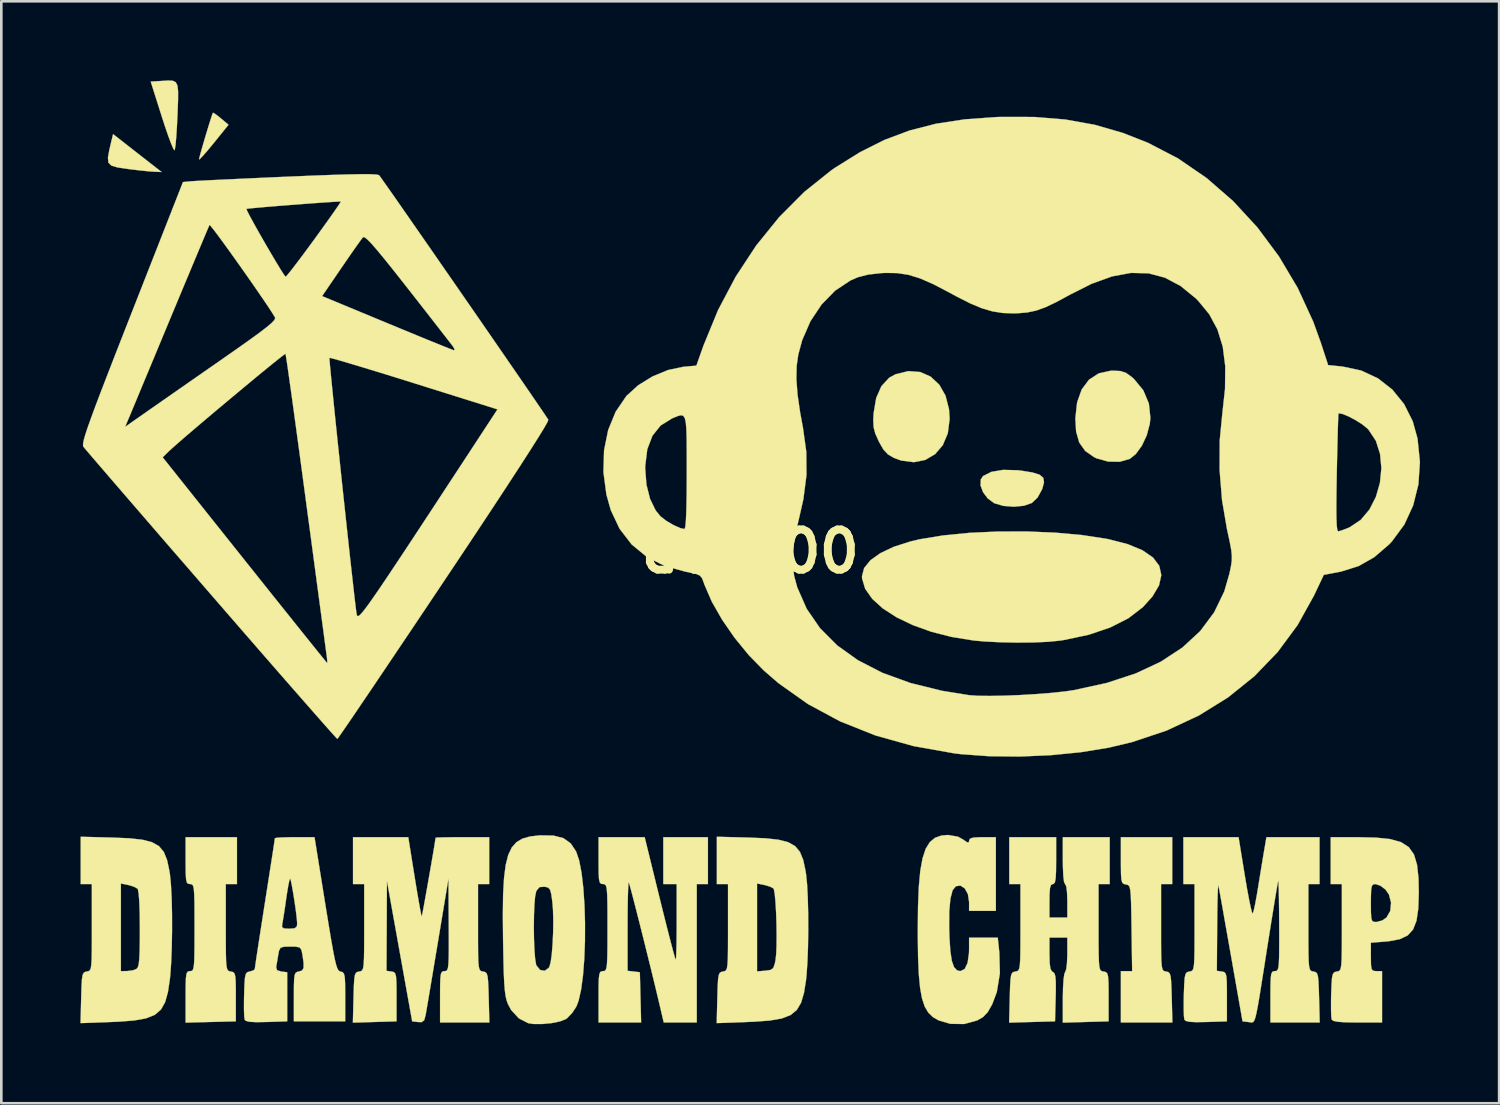
<source format=kicad_pcb>
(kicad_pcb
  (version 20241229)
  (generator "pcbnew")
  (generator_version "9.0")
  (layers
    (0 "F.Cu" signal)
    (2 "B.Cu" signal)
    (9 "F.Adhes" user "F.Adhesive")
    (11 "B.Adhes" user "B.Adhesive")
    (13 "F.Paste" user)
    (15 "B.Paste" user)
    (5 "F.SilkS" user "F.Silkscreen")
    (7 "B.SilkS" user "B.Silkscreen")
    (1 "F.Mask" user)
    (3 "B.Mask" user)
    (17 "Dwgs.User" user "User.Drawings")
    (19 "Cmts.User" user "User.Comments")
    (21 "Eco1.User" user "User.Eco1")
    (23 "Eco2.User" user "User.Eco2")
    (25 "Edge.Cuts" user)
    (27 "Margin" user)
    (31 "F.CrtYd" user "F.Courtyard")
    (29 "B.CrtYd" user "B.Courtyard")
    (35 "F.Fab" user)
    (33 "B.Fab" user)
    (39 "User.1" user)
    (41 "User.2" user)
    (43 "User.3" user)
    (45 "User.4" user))
  (footprint "dc_600"
    (layer "F.Cu")
    (at 25.411 17.868)
    (property "Reference" "dc_600" (at 0 0 0) (layer "F.SilkS") (effects (font (size 1.524 1.524) (thickness 0.3))))
    (attr through_hole)
    (fp_poly (pts (xy -23.664 -15.434) (xy -23.341 -15.181) (xy -23 -14.915) (xy -22.743 -14.715) (xy -22.33 -14.393) (xy -22.616 -14.405) (xy -22.835 -14.421) (xy -23.16 -14.455) (xy -23.53 -14.499) (xy -23.622 -14.511) (xy -24.001 -14.567) (xy -24.235 -14.636) (xy -24.349 -14.749) (xy -24.367 -14.94) (xy -24.312 -15.24) (xy -24.278 -15.388) (xy -24.172 -15.831) (xy -23.664 -15.434)) (stroke (width 0.01) (type solid)) (fill yes) (layer "F.SilkS"))
    (fp_poly (pts (xy -20.313 -16.606) (xy -20.159 -16.491) (xy -20.078 -16.424) (xy -19.794 -16.186) (xy -20.353 -15.493) (xy -20.581 -15.217) (xy -20.764 -15.007) (xy -20.881 -14.887) (xy -20.912 -14.872) (xy -20.889 -14.975) (xy -20.829 -15.195) (xy -20.744 -15.49) (xy -20.647 -15.819) (xy -20.55 -16.139) (xy -20.465 -16.411) (xy -20.405 -16.592) (xy -20.383 -16.643) (xy -20.313 -16.606)) (stroke (width 0.01) (type solid)) (fill yes) (layer "F.SilkS"))
    (fp_poly (pts (xy -21.909 -17.855) (xy -21.796 -17.801) (xy -21.732 -17.678) (xy -21.706 -17.462) (xy -21.707 -17.129) (xy -21.725 -16.656) (xy -21.73 -16.535) (xy -21.752 -16.09) (xy -21.777 -15.705) (xy -21.804 -15.413) (xy -21.83 -15.244) (xy -21.84 -15.217) (xy -21.883 -15.271) (xy -21.966 -15.462) (xy -22.08 -15.765) (xy -22.214 -16.156) (xy -22.321 -16.487) (xy -22.744 -17.822) (xy -22.325 -17.848) (xy -22.082 -17.863) (xy -21.909 -17.855)) (stroke (width 0.01) (type solid)) (fill yes) (layer "F.SilkS"))
    (fp_poly (pts (xy 10.132 -3.082) (xy 10.287 -3.064) (xy 10.705 -2.996) (xy 10.973 -2.912) (xy 11.111 -2.794) (xy 11.139 -2.625) (xy 11.076 -2.387) (xy 11.062 -2.351) (xy 10.893 -2.044) (xy 10.676 -1.839) (xy 10.379 -1.735) (xy 9.997 -1.698) (xy 9.601 -1.729) (xy 9.265 -1.826) (xy 9.245 -1.835) (xy 9.003 -2.013) (xy 8.826 -2.251) (xy 8.732 -2.505) (xy 8.741 -2.732) (xy 8.826 -2.86) (xy 9.144 -3.02) (xy 9.587 -3.095) (xy 10.132 -3.082)) (stroke (width 0.01) (type solid)) (fill yes) (layer "F.SilkS"))
    (fp_poly (pts (xy 6.444 -6.807) (xy 6.841 -6.631) (xy 7.165 -6.328) (xy 7.403 -5.912) (xy 7.536 -5.394) (xy 7.559 -5.024) (xy 7.49 -4.482) (xy 7.3 -4.033) (xy 7.008 -3.692) (xy 6.635 -3.473) (xy 6.198 -3.387) (xy 5.718 -3.45) (xy 5.45 -3.549) (xy 5.221 -3.681) (xy 5.048 -3.866) (xy 4.882 -4.156) (xy 4.868 -4.185) (xy 4.739 -4.473) (xy 4.676 -4.713) (xy 4.662 -4.984) (xy 4.676 -5.246) (xy 4.773 -5.82) (xy 4.971 -6.27) (xy 5.265 -6.589) (xy 5.503 -6.721) (xy 5.993 -6.841) (xy 6.444 -6.807)) (stroke (width 0.01) (type solid)) (fill yes) (layer "F.SilkS"))
    (fp_poly (pts (xy 14.039 -6.844) (xy 14.242 -6.779) (xy 14.447 -6.634) (xy 14.554 -6.54) (xy 14.906 -6.113) (xy 15.117 -5.61) (xy 15.174 -5.064) (xy 15.151 -4.84) (xy 15.037 -4.41) (xy 14.851 -4.012) (xy 14.619 -3.694) (xy 14.394 -3.514) (xy 14.013 -3.403) (xy 13.573 -3.41) (xy 13.133 -3.533) (xy 13.04 -3.577) (xy 12.701 -3.814) (xy 12.476 -4.132) (xy 12.356 -4.553) (xy 12.328 -5.051) (xy 12.394 -5.653) (xy 12.568 -6.144) (xy 12.843 -6.514) (xy 13.212 -6.755) (xy 13.667 -6.855) (xy 13.76 -6.858) (xy 14.039 -6.844)) (stroke (width 0.01) (type solid)) (fill yes) (layer "F.SilkS"))
    (fp_poly (pts (xy 16.002 12.615) (xy 15.579 12.615) (xy 15.579 14.26) (xy 15.579 14.826) (xy 15.582 15.245) (xy 15.59 15.539) (xy 15.606 15.732) (xy 15.633 15.846) (xy 15.672 15.903) (xy 15.727 15.926) (xy 15.769 15.933) (xy 15.852 15.953) (xy 15.907 16.005) (xy 15.942 16.12) (xy 15.963 16.327) (xy 15.977 16.657) (xy 15.984 16.912) (xy 16.008 17.865) (xy 14.055 17.865) (xy 14.055 15.917) (xy 14.482 15.917) (xy 14.459 14.287) (xy 14.45 13.725) (xy 14.441 13.309) (xy 14.428 13.017) (xy 14.409 12.827) (xy 14.38 12.715) (xy 14.339 12.659) (xy 14.283 12.637) (xy 14.245 12.631) (xy 14.16 12.61) (xy 14.105 12.557) (xy 14.073 12.441) (xy 14.059 12.229) (xy 14.055 11.891) (xy 14.055 11.72) (xy 14.055 10.837) (xy 16.002 10.837) (xy 16.002 12.615)) (stroke (width 0.01) (type solid)) (fill yes) (layer "F.SilkS"))
    (fp_poly (pts (xy 11.57 -0.714) (xy 12.593 -0.621) (xy 13.509 -0.481) (xy 13.597 -0.463) (xy 14.314 -0.278) (xy 14.873 -0.046) (xy 15.273 0.229) (xy 15.511 0.544) (xy 15.588 0.898) (xy 15.501 1.287) (xy 15.25 1.71) (xy 14.888 2.111) (xy 14.341 2.532) (xy 13.65 2.883) (xy 12.826 3.161) (xy 11.882 3.36) (xy 11.726 3.383) (xy 11.292 3.426) (xy 10.741 3.45) (xy 10.126 3.456) (xy 9.496 3.444) (xy 8.905 3.415) (xy 8.467 3.376) (xy 7.639 3.242) (xy 6.865 3.045) (xy 6.16 2.792) (xy 5.54 2.493) (xy 5.022 2.158) (xy 4.622 1.795) (xy 4.355 1.414) (xy 4.238 1.025) (xy 4.234 0.939) (xy 4.316 0.629) (xy 4.554 0.333) (xy 4.935 0.061) (xy 5.447 -0.18) (xy 6.076 -0.381) (xy 6.428 -0.464) (xy 7.311 -0.609) (xy 8.311 -0.707) (xy 9.385 -0.757) (xy 10.486 -0.759) (xy 11.57 -0.714)) (stroke (width 0.01) (type solid)) (fill yes) (layer "F.SilkS"))
    (fp_poly (pts (xy -19.473 12.615) (xy -19.897 12.615) (xy -19.897 14.26) (xy -19.896 14.826) (xy -19.893 15.245) (xy -19.885 15.539) (xy -19.869 15.732) (xy -19.843 15.846) (xy -19.803 15.903) (xy -19.749 15.926) (xy -19.706 15.933) (xy -19.623 15.952) (xy -19.568 16.003) (xy -19.536 16.116) (xy -19.521 16.32) (xy -19.516 16.646) (xy -19.516 16.891) (xy -19.516 17.822) (xy -20.468 17.846) (xy -21.421 17.87) (xy -21.421 16.894) (xy -21.419 16.475) (xy -21.41 16.196) (xy -21.39 16.03) (xy -21.352 15.947) (xy -21.293 15.92) (xy -21.251 15.917) (xy -21.193 15.911) (xy -21.15 15.875) (xy -21.12 15.79) (xy -21.1 15.632) (xy -21.089 15.379) (xy -21.084 15.01) (xy -21.082 14.502) (xy -21.082 14.266) (xy -21.083 13.699) (xy -21.086 13.28) (xy -21.095 12.985) (xy -21.111 12.793) (xy -21.137 12.683) (xy -21.175 12.631) (xy -21.227 12.616) (xy -21.251 12.615) (xy -21.327 12.604) (xy -21.376 12.551) (xy -21.404 12.425) (xy -21.417 12.197) (xy -21.421 11.838) (xy -21.421 11.726) (xy -21.421 10.837) (xy -19.473 10.837) (xy -19.473 12.615)) (stroke (width 0.01) (type solid)) (fill yes) (layer "F.SilkS"))
    (fp_poly (pts (xy 7.876 10.818) (xy 8.074 10.928) (xy 8.226 11.034) (xy 8.288 11.031) (xy 8.297 10.97) (xy 8.332 10.894) (xy 8.457 10.853) (xy 8.707 10.838) (xy 8.805 10.837) (xy 9.313 10.837) (xy 9.313 13.631) (xy 8.297 13.631) (xy 8.297 13.293) (xy 8.252 12.996) (xy 8.133 12.779) (xy 7.967 12.672) (xy 7.794 12.698) (xy 7.671 12.852) (xy 7.589 13.166) (xy 7.545 13.639) (xy 7.541 14.275) (xy 7.552 14.633) (xy 7.586 15.155) (xy 7.642 15.527) (xy 7.726 15.766) (xy 7.843 15.889) (xy 7.964 15.917) (xy 8.129 15.838) (xy 8.24 15.607) (xy 8.293 15.234) (xy 8.297 15.065) (xy 8.297 14.647) (xy 9.385 14.647) (xy 9.444 15.206) (xy 9.465 16.003) (xy 9.349 16.711) (xy 9.174 17.175) (xy 9.005 17.472) (xy 8.825 17.661) (xy 8.604 17.787) (xy 8.108 17.924) (xy 7.585 17.916) (xy 7.139 17.785) (xy 6.925 17.661) (xy 6.752 17.494) (xy 6.616 17.265) (xy 6.513 16.957) (xy 6.439 16.553) (xy 6.39 16.037) (xy 6.362 15.39) (xy 6.351 14.596) (xy 6.351 14.367) (xy 6.36 13.464) (xy 6.39 12.716) (xy 6.446 12.111) (xy 6.532 11.636) (xy 6.651 11.277) (xy 6.808 11.023) (xy 7.007 10.859) (xy 7.252 10.774) (xy 7.5 10.753) (xy 7.876 10.818)) (stroke (width 0.01) (type solid)) (fill yes) (layer "F.SilkS"))
    (fp_poly (pts (xy -24.194 10.852) (xy -23.554 10.879) (xy -23.062 10.933) (xy -22.695 11.027) (xy -22.431 11.177) (xy -22.248 11.396) (xy -22.125 11.698) (xy -22.039 12.098) (xy -22.015 12.251) (xy -21.977 12.64) (xy -21.95 13.154) (xy -21.936 13.751) (xy -21.935 14.387) (xy -21.946 15.019) (xy -21.969 15.604) (xy -22.005 16.098) (xy -22.017 16.211) (xy -22.09 16.708) (xy -22.196 17.091) (xy -22.355 17.375) (xy -22.589 17.575) (xy -22.92 17.708) (xy -23.368 17.789) (xy -23.955 17.835) (xy -24.228 17.846) (xy -25.406 17.889) (xy -25.382 16.924) (xy -25.37 16.508) (xy -25.354 16.232) (xy -25.328 16.065) (xy -25.286 15.979) (xy -25.221 15.943) (xy -25.167 15.933) (xy -25.102 15.919) (xy -25.099 15.917) (xy -23.876 15.917) (xy -23.643 15.916) (xy -23.421 15.887) (xy -23.283 15.834) (xy -23.236 15.777) (xy -23.201 15.66) (xy -23.178 15.46) (xy -23.164 15.154) (xy -23.157 14.718) (xy -23.156 14.316) (xy -23.161 13.765) (xy -23.176 13.319) (xy -23.199 12.997) (xy -23.23 12.818) (xy -23.244 12.79) (xy -23.384 12.714) (xy -23.599 12.65) (xy -23.603 12.649) (xy -23.876 12.594) (xy -23.876 15.917) (xy -25.099 15.917) (xy -25.053 15.886) (xy -25.019 15.81) (xy -24.997 15.669) (xy -24.984 15.44) (xy -24.979 15.101) (xy -24.977 14.629) (xy -24.977 14.26) (xy -24.977 12.615) (xy -25.4 12.615) (xy -25.4 10.821) (xy -24.194 10.852)) (stroke (width 0.01) (type solid)) (fill yes) (layer "F.SilkS"))
    (fp_poly (pts (xy -0.064 10.852) (xy 0.576 10.879) (xy 1.068 10.933) (xy 1.435 11.027) (xy 1.699 11.177) (xy 1.882 11.396) (xy 2.005 11.698) (xy 2.091 12.098) (xy 2.115 12.251) (xy 2.153 12.635) (xy 2.179 13.145) (xy 2.194 13.738) (xy 2.196 14.369) (xy 2.187 14.997) (xy 2.165 15.577) (xy 2.132 16.066) (xy 2.112 16.258) (xy 2.035 16.742) (xy 1.925 17.115) (xy 1.762 17.39) (xy 1.524 17.585) (xy 1.189 17.714) (xy 0.736 17.792) (xy 0.143 17.836) (xy -0.098 17.846) (xy -1.276 17.889) (xy -1.252 16.924) (xy -1.24 16.508) (xy -1.224 16.232) (xy -1.198 16.065) (xy -1.156 15.979) (xy -1.091 15.943) (xy -1.037 15.933) (xy -1.012 15.928) (xy 0.254 15.928) (xy 0.57 15.901) (xy 0.765 15.873) (xy 0.87 15.8) (xy 0.928 15.633) (xy 0.956 15.494) (xy 0.981 15.264) (xy 0.994 14.931) (xy 0.997 14.533) (xy 0.991 14.104) (xy 0.976 13.682) (xy 0.954 13.303) (xy 0.926 13.002) (xy 0.893 12.817) (xy 0.876 12.78) (xy 0.744 12.711) (xy 0.533 12.65) (xy 0.527 12.649) (xy 0.254 12.594) (xy 0.254 15.928) (xy -1.012 15.928) (xy -0.972 15.919) (xy -0.923 15.886) (xy -0.889 15.81) (xy -0.867 15.669) (xy -0.854 15.44) (xy -0.849 15.101) (xy -0.847 14.629) (xy -0.847 14.26) (xy -0.847 12.615) (xy -1.27 12.615) (xy -1.27 10.821) (xy -0.064 10.852)) (stroke (width 0.01) (type solid)) (fill yes) (layer "F.SilkS"))
    (fp_poly (pts (xy 23.05 10.838) (xy 23.739 10.854) (xy 24.278 10.911) (xy 24.684 11.026) (xy 24.976 11.215) (xy 25.172 11.494) (xy 25.288 11.88) (xy 25.344 12.388) (xy 25.355 12.954) (xy 25.335 13.554) (xy 25.267 14.009) (xy 25.137 14.339) (xy 24.932 14.564) (xy 24.637 14.705) (xy 24.239 14.781) (xy 24.098 14.795) (xy 23.537 14.84) (xy 23.537 15.379) (xy 23.541 15.671) (xy 23.563 15.832) (xy 23.618 15.901) (xy 23.721 15.917) (xy 23.749 15.917) (xy 23.961 15.917) (xy 23.961 17.865) (xy 23.027 17.865) (xy 22.583 17.859) (xy 22.287 17.84) (xy 22.117 17.805) (xy 22.05 17.753) (xy 22.034 17.624) (xy 22.026 17.369) (xy 22.026 17.03) (xy 22.031 16.8) (xy 22.045 16.417) (xy 22.063 16.17) (xy 22.095 16.029) (xy 22.147 15.961) (xy 22.228 15.935) (xy 22.246 15.933) (xy 22.312 15.919) (xy 22.36 15.886) (xy 22.394 15.81) (xy 22.416 15.669) (xy 22.429 15.44) (xy 22.435 15.101) (xy 22.437 14.629) (xy 22.437 14.26) (xy 22.437 13.335) (xy 23.537 13.335) (xy 23.539 13.683) (xy 23.552 13.896) (xy 23.584 14.007) (xy 23.647 14.048) (xy 23.749 14.055) (xy 23.968 13.996) (xy 24.13 13.885) (xy 24.272 13.634) (xy 24.303 13.323) (xy 24.224 13.015) (xy 24.092 12.823) (xy 23.901 12.68) (xy 23.72 12.616) (xy 23.711 12.615) (xy 23.626 12.628) (xy 23.575 12.688) (xy 23.548 12.828) (xy 23.539 13.082) (xy 23.537 13.335) (xy 22.437 13.335) (xy 22.437 12.615) (xy 22.013 12.615) (xy 22.013 10.837) (xy 23.05 10.838)) (stroke (width 0.01) (type solid)) (fill yes) (layer "F.SilkS"))
    (fp_poly (pts (xy -7.466 10.776) (xy -7.09 10.874) (xy -6.812 11.073) (xy -6.607 11.382) (xy -6.494 11.717) (xy -6.403 12.185) (xy -6.336 12.757) (xy -6.292 13.401) (xy -6.271 14.086) (xy -6.273 14.781) (xy -6.299 15.455) (xy -6.347 16.077) (xy -6.419 16.615) (xy -6.514 17.04) (xy -6.599 17.262) (xy -6.761 17.507) (xy -6.953 17.706) (xy -6.994 17.736) (xy -7.215 17.823) (xy -7.539 17.889) (xy -7.9 17.924) (xy -8.232 17.922) (xy -8.424 17.892) (xy -8.781 17.709) (xy -9.071 17.395) (xy -9.194 17.167) (xy -9.243 17.032) (xy -9.282 16.868) (xy -9.312 16.652) (xy -9.335 16.363) (xy -9.353 15.977) (xy -9.366 15.471) (xy -9.378 14.823) (xy -9.38 14.685) (xy -9.384 14.256) (xy -8.212 14.256) (xy -8.206 14.703) (xy -8.19 15.114) (xy -8.163 15.448) (xy -8.127 15.665) (xy -8.114 15.702) (xy -7.973 15.874) (xy -7.801 15.905) (xy -7.646 15.791) (xy -7.622 15.753) (xy -7.573 15.575) (xy -7.531 15.269) (xy -7.5 14.877) (xy -7.48 14.438) (xy -7.475 13.995) (xy -7.486 13.589) (xy -7.51 13.293) (xy -7.551 12.996) (xy -7.598 12.828) (xy -7.669 12.749) (xy -7.788 12.718) (xy -7.81 12.716) (xy -7.999 12.731) (xy -8.108 12.864) (xy -8.128 12.912) (xy -8.165 13.101) (xy -8.192 13.415) (xy -8.207 13.813) (xy -8.212 14.256) (xy -9.384 14.256) (xy -9.388 13.77) (xy -9.378 13.01) (xy -9.343 12.389) (xy -9.281 11.895) (xy -9.184 11.512) (xy -9.049 11.227) (xy -8.869 11.024) (xy -8.64 10.89) (xy -8.357 10.81) (xy -8.013 10.77) (xy -7.966 10.767) (xy -7.466 10.776)) (stroke (width 0.01) (type solid)) (fill yes) (layer "F.SilkS"))
    (fp_poly (pts (xy -3.436 13.166) (xy -3.287 13.766) (xy -3.151 14.308) (xy -3.031 14.773) (xy -2.935 15.139) (xy -2.866 15.385) (xy -2.831 15.491) (xy -2.829 15.494) (xy -2.817 15.414) (xy -2.808 15.192) (xy -2.8 14.856) (xy -2.795 14.433) (xy -2.794 14.055) (xy -2.794 12.615) (xy -3.302 12.615) (xy -3.302 10.837) (xy -1.609 10.837) (xy -1.609 12.615) (xy -2.032 12.615) (xy -2.032 17.865) (xy -3.285 17.865) (xy -3.389 17.42) (xy -3.496 16.966) (xy -3.621 16.445) (xy -3.759 15.878) (xy -3.904 15.291) (xy -4.049 14.706) (xy -4.19 14.146) (xy -4.32 13.635) (xy -4.433 13.196) (xy -4.523 12.853) (xy -4.585 12.629) (xy -4.612 12.547) (xy -4.626 12.613) (xy -4.637 12.825) (xy -4.647 13.157) (xy -4.654 13.585) (xy -4.657 14.085) (xy -4.657 14.204) (xy -4.657 15.906) (xy -4.424 15.933) (xy -4.191 15.96) (xy -4.167 16.912) (xy -4.143 17.865) (xy -5.757 17.865) (xy -5.757 16.891) (xy -5.756 16.473) (xy -5.747 16.195) (xy -5.726 16.029) (xy -5.689 15.947) (xy -5.629 15.92) (xy -5.588 15.917) (xy -5.53 15.911) (xy -5.487 15.875) (xy -5.457 15.79) (xy -5.437 15.632) (xy -5.426 15.379) (xy -5.42 15.01) (xy -5.419 14.502) (xy -5.419 14.266) (xy -5.419 13.699) (xy -5.423 13.28) (xy -5.432 12.985) (xy -5.448 12.793) (xy -5.474 12.683) (xy -5.512 12.631) (xy -5.564 12.616) (xy -5.588 12.615) (xy -5.664 12.604) (xy -5.713 12.551) (xy -5.741 12.425) (xy -5.754 12.197) (xy -5.757 11.838) (xy -5.757 11.726) (xy -5.757 10.837) (xy -4.008 10.837) (xy -3.436 13.166)) (stroke (width 0.01) (type solid)) (fill yes) (layer "F.SilkS"))
    (fp_poly (pts (xy 11.599 11.726) (xy 11.595 12.132) (xy 11.581 12.396) (xy 11.553 12.546) (xy 11.506 12.608) (xy 11.472 12.615) (xy 11.405 12.649) (xy 11.366 12.769) (xy 11.348 13.007) (xy 11.345 13.25) (xy 11.345 13.885) (xy 12.023 13.885) (xy 12.023 13.25) (xy 12.012 12.93) (xy 11.984 12.707) (xy 11.942 12.616) (xy 11.938 12.615) (xy 11.899 12.535) (xy 11.871 12.308) (xy 11.856 11.958) (xy 11.853 11.726) (xy 11.853 10.837) (xy 13.631 10.837) (xy 13.631 12.615) (xy 13.208 12.615) (xy 13.208 14.26) (xy 13.208 14.826) (xy 13.212 15.245) (xy 13.22 15.539) (xy 13.236 15.732) (xy 13.262 15.846) (xy 13.301 15.903) (xy 13.356 15.926) (xy 13.399 15.933) (xy 13.482 15.952) (xy 13.536 16.003) (xy 13.568 16.116) (xy 13.584 16.32) (xy 13.589 16.646) (xy 13.589 16.891) (xy 13.589 17.822) (xy 12.721 17.846) (xy 11.853 17.871) (xy 11.853 16.941) (xy 11.861 16.545) (xy 11.881 16.227) (xy 11.911 16.021) (xy 11.938 15.96) (xy 11.979 15.855) (xy 12.009 15.628) (xy 12.022 15.324) (xy 12.023 15.277) (xy 12.023 14.647) (xy 11.345 14.647) (xy 11.345 15.273) (xy 11.354 15.617) (xy 11.383 15.825) (xy 11.44 15.928) (xy 11.475 15.949) (xy 11.533 15.998) (xy 11.569 16.112) (xy 11.586 16.319) (xy 11.587 16.648) (xy 11.581 16.911) (xy 11.557 17.822) (xy 10.686 17.846) (xy 9.816 17.871) (xy 9.84 16.915) (xy 9.852 16.502) (xy 9.868 16.227) (xy 9.894 16.063) (xy 9.936 15.978) (xy 10.002 15.942) (xy 10.054 15.933) (xy 10.12 15.919) (xy 10.168 15.886) (xy 10.202 15.81) (xy 10.224 15.669) (xy 10.237 15.44) (xy 10.243 15.101) (xy 10.245 14.629) (xy 10.245 14.26) (xy 10.245 12.615) (xy 9.821 12.615) (xy 9.821 10.837) (xy 11.599 10.837) (xy 11.599 11.726)) (stroke (width 0.01) (type solid)) (fill yes) (layer "F.SilkS"))
    (fp_poly (pts (xy -12.732 12.354) (xy -12.653 12.835) (xy -12.582 13.251) (xy -12.524 13.575) (xy -12.483 13.782) (xy -12.464 13.846) (xy -12.445 13.763) (xy -12.403 13.545) (xy -12.345 13.225) (xy -12.275 12.835) (xy -12.2 12.409) (xy -12.124 11.978) (xy -12.055 11.576) (xy -11.997 11.234) (xy -11.957 10.985) (xy -11.939 10.862) (xy -11.939 10.858) (xy -11.859 10.85) (xy -11.643 10.844) (xy -11.323 10.839) (xy -10.932 10.837) (xy -10.922 10.837) (xy -9.906 10.837) (xy -9.906 12.615) (xy -10.329 12.615) (xy -10.329 14.26) (xy -10.329 14.826) (xy -10.326 15.245) (xy -10.318 15.539) (xy -10.302 15.732) (xy -10.275 15.846) (xy -10.236 15.903) (xy -10.181 15.926) (xy -10.139 15.933) (xy -10.056 15.953) (xy -10.001 16.005) (xy -9.966 16.12) (xy -9.945 16.327) (xy -9.931 16.657) (xy -9.924 16.912) (xy -9.9 17.865) (xy -11.769 17.865) (xy -11.769 16.891) (xy -11.767 16.473) (xy -11.758 16.195) (xy -11.738 16.029) (xy -11.7 15.947) (xy -11.641 15.92) (xy -11.599 15.917) (xy -11.543 15.911) (xy -11.501 15.878) (xy -11.471 15.796) (xy -11.452 15.645) (xy -11.441 15.403) (xy -11.437 15.048) (xy -11.438 14.559) (xy -11.44 14.161) (xy -11.45 12.404) (xy -11.858 14.859) (xy -11.965 15.497) (xy -12.064 16.093) (xy -12.153 16.622) (xy -12.227 17.062) (xy -12.283 17.387) (xy -12.315 17.574) (xy -12.319 17.595) (xy -12.373 17.785) (xy -12.47 17.852) (xy -12.599 17.849) (xy -12.827 17.822) (xy -13.785 12.488) (xy -13.793 14.197) (xy -13.801 15.906) (xy -13.61 15.933) (xy -13.527 15.952) (xy -13.472 16.003) (xy -13.44 16.116) (xy -13.425 16.32) (xy -13.42 16.646) (xy -13.42 16.891) (xy -13.42 17.822) (xy -15.076 17.871) (xy -15.052 16.915) (xy -15.04 16.502) (xy -15.024 16.227) (xy -14.998 16.063) (xy -14.956 15.978) (xy -14.89 15.942) (xy -14.838 15.933) (xy -14.772 15.919) (xy -14.724 15.886) (xy -14.69 15.81) (xy -14.668 15.669) (xy -14.655 15.44) (xy -14.649 15.101) (xy -14.647 14.629) (xy -14.647 14.26) (xy -14.647 12.615) (xy -15.071 12.615) (xy -15.071 10.837) (xy -12.975 10.837) (xy -12.732 12.354)) (stroke (width 0.01) (type solid)) (fill yes) (layer "F.SilkS"))
    (fp_poly (pts (xy -16.123 13.374) (xy -16.006 14.094) (xy -15.911 14.665) (xy -15.834 15.103) (xy -15.771 15.427) (xy -15.718 15.653) (xy -15.671 15.8) (xy -15.626 15.884) (xy -15.579 15.924) (xy -15.541 15.935) (xy -15.465 15.957) (xy -15.415 16.016) (xy -15.385 16.142) (xy -15.371 16.367) (xy -15.367 16.719) (xy -15.367 16.891) (xy -15.367 17.822) (xy -17.314 17.822) (xy -17.314 16.891) (xy -17.313 16.484) (xy -17.304 16.215) (xy -17.282 16.056) (xy -17.24 15.975) (xy -17.174 15.941) (xy -17.124 15.933) (xy -17.004 15.894) (xy -16.947 15.799) (xy -16.945 15.61) (xy -16.988 15.303) (xy -17.027 15.113) (xy -17.096 15.02) (xy -17.244 14.989) (xy -17.449 14.986) (xy -17.694 14.992) (xy -17.821 15.033) (xy -17.879 15.145) (xy -17.908 15.303) (xy -17.949 15.553) (xy -17.984 15.746) (xy -17.987 15.764) (xy -17.953 15.883) (xy -17.792 15.934) (xy -17.568 15.96) (xy -17.568 17.822) (xy -18.353 17.847) (xy -18.747 17.853) (xy -18.999 17.839) (xy -19.137 17.803) (xy -19.182 17.756) (xy -19.198 17.626) (xy -19.207 17.369) (xy -19.206 17.029) (xy -19.201 16.8) (xy -19.188 16.417) (xy -19.17 16.17) (xy -19.138 16.029) (xy -19.086 15.961) (xy -19.004 15.935) (xy -18.986 15.933) (xy -18.838 15.885) (xy -18.796 15.835) (xy -18.783 15.737) (xy -18.748 15.493) (xy -18.692 15.124) (xy -18.62 14.653) (xy -18.556 14.245) (xy -17.764 14.245) (xy -17.687 14.298) (xy -17.493 14.309) (xy -17.287 14.293) (xy -17.203 14.226) (xy -17.189 14.118) (xy -17.202 13.936) (xy -17.235 13.659) (xy -17.281 13.332) (xy -17.333 12.998) (xy -17.384 12.703) (xy -17.427 12.49) (xy -17.454 12.405) (xy -17.482 12.465) (xy -17.524 12.658) (xy -17.573 12.951) (xy -17.602 13.146) (xy -17.654 13.514) (xy -17.704 13.835) (xy -17.742 14.061) (xy -17.754 14.118) (xy -17.764 14.245) (xy -18.556 14.245) (xy -18.534 14.102) (xy -18.439 13.491) (xy -18.415 13.34) (xy -18.318 12.72) (xy -18.23 12.156) (xy -18.154 11.669) (xy -18.094 11.28) (xy -18.053 11.011) (xy -18.035 10.883) (xy -18.034 10.876) (xy -17.956 10.859) (xy -17.746 10.846) (xy -17.443 10.838) (xy -17.283 10.837) (xy -16.531 10.837) (xy -16.123 13.374)) (stroke (width 0.01) (type solid)) (fill yes) (layer "F.SilkS"))
    (fp_poly (pts (xy 18.76 12.319) (xy 18.84 12.79) (xy 18.915 13.193) (xy 18.979 13.501) (xy 19.028 13.69) (xy 19.055 13.737) (xy 19.09 13.632) (xy 19.143 13.397) (xy 19.204 13.07) (xy 19.252 12.785) (xy 19.323 12.344) (xy 19.396 11.9) (xy 19.459 11.519) (xy 19.485 11.367) (xy 19.575 10.837) (xy 21.59 10.837) (xy 21.59 12.615) (xy 21.167 12.615) (xy 21.167 14.26) (xy 21.167 14.826) (xy 21.17 15.245) (xy 21.178 15.539) (xy 21.194 15.732) (xy 21.221 15.846) (xy 21.26 15.903) (xy 21.315 15.926) (xy 21.357 15.933) (xy 21.44 15.953) (xy 21.495 16.005) (xy 21.53 16.12) (xy 21.551 16.327) (xy 21.565 16.657) (xy 21.572 16.912) (xy 21.596 17.865) (xy 19.727 17.865) (xy 19.727 16.891) (xy 19.729 16.473) (xy 19.738 16.195) (xy 19.758 16.029) (xy 19.796 15.947) (xy 19.855 15.92) (xy 19.897 15.917) (xy 19.953 15.911) (xy 19.995 15.878) (xy 20.025 15.796) (xy 20.045 15.644) (xy 20.056 15.401) (xy 20.06 15.046) (xy 20.061 14.556) (xy 20.059 14.161) (xy 20.056 13.642) (xy 20.05 13.193) (xy 20.043 12.835) (xy 20.034 12.592) (xy 20.025 12.489) (xy 20.022 12.488) (xy 20.001 12.591) (xy 19.958 12.839) (xy 19.896 13.211) (xy 19.819 13.685) (xy 19.729 14.24) (xy 19.632 14.855) (xy 19.604 15.028) (xy 19.484 15.796) (xy 19.386 16.413) (xy 19.309 16.895) (xy 19.246 17.258) (xy 19.195 17.52) (xy 19.151 17.695) (xy 19.11 17.801) (xy 19.069 17.852) (xy 19.022 17.867) (xy 18.967 17.86) (xy 18.899 17.849) (xy 18.669 17.822) (xy 18.23 15.325) (xy 18.117 14.688) (xy 18.013 14.101) (xy 17.922 13.583) (xy 17.846 13.159) (xy 17.79 12.851) (xy 17.759 12.679) (xy 17.754 12.658) (xy 17.743 12.686) (xy 17.732 12.861) (xy 17.722 13.162) (xy 17.714 13.566) (xy 17.708 14.051) (xy 17.707 14.197) (xy 17.695 15.906) (xy 17.886 15.933) (xy 17.969 15.952) (xy 18.024 16.003) (xy 18.056 16.116) (xy 18.071 16.32) (xy 18.076 16.646) (xy 18.076 16.891) (xy 18.076 17.822) (xy 17.292 17.847) (xy 16.898 17.853) (xy 16.645 17.839) (xy 16.508 17.803) (xy 16.463 17.756) (xy 16.446 17.626) (xy 16.438 17.369) (xy 16.438 17.029) (xy 16.443 16.8) (xy 16.457 16.417) (xy 16.475 16.17) (xy 16.507 16.029) (xy 16.559 15.961) (xy 16.64 15.935) (xy 16.658 15.933) (xy 16.724 15.919) (xy 16.772 15.886) (xy 16.806 15.81) (xy 16.828 15.669) (xy 16.841 15.44) (xy 16.847 15.101) (xy 16.849 14.629) (xy 16.849 14.26) (xy 16.849 12.615) (xy 16.425 12.615) (xy 16.425 10.837) (xy 18.519 10.837) (xy 18.76 12.319)) (stroke (width 0.01) (type solid)) (fill yes) (layer "F.SilkS"))
    (fp_poly (pts (xy 10.773 -16.481) (xy 11.954 -16.384) (xy 13.059 -16.185) (xy 14.124 -15.878) (xy 15.073 -15.506) (xy 16.22 -14.91) (xy 17.303 -14.168) (xy 18.311 -13.291) (xy 19.231 -12.294) (xy 20.052 -11.19) (xy 20.763 -9.993) (xy 21.351 -8.716) (xy 21.64 -7.916) (xy 21.916 -7.07) (xy 22.466 -7.014) (xy 23.175 -6.862) (xy 23.809 -6.565) (xy 24.355 -6.137) (xy 24.798 -5.59) (xy 25.125 -4.939) (xy 25.307 -4.281) (xy 25.397 -3.396) (xy 25.34 -2.545) (xy 25.141 -1.747) (xy 24.806 -1.02) (xy 24.338 -0.385) (xy 24.226 -0.266) (xy 23.663 0.218) (xy 23.072 0.553) (xy 22.415 0.76) (xy 22.322 0.779) (xy 21.751 0.887) (xy 21.38 1.67) (xy 20.757 2.792) (xy 20.001 3.814) (xy 19.119 4.73) (xy 18.119 5.535) (xy 17.008 6.224) (xy 15.794 6.79) (xy 14.484 7.229) (xy 13.589 7.442) (xy 12.534 7.614) (xy 11.389 7.727) (xy 10.213 7.778) (xy 9.062 7.766) (xy 7.993 7.688) (xy 7.747 7.659) (xy 6.19 7.382) (xy 4.744 6.978) (xy 3.409 6.446) (xy 2.185 5.787) (xy 1.072 4.999) (xy 0.505 4.509) (xy -0.061 3.929) (xy -0.595 3.276) (xy -1.07 2.589) (xy -1.46 1.907) (xy -1.737 1.27) (xy -1.769 1.177) (xy -1.83 1.016) (xy -1.912 0.915) (xy -2.058 0.85) (xy -2.311 0.794) (xy -2.449 0.769) (xy -3.243 0.551) (xy -3.442 0.451) (xy 1.603 0.451) (xy 1.66 0.922) (xy 1.777 1.356) (xy 2.137 2.175) (xy 2.644 2.911) (xy 3.293 3.562) (xy 4.083 4.126) (xy 5.01 4.603) (xy 6.072 4.989) (xy 7.266 5.284) (xy 8.297 5.45) (xy 8.632 5.474) (xy 9.094 5.479) (xy 9.646 5.469) (xy 10.247 5.445) (xy 10.857 5.408) (xy 11.438 5.362) (xy 11.948 5.307) (xy 12.278 5.258) (xy 13.517 4.987) (xy 14.616 4.627) (xy 15.574 4.178) (xy 16.39 3.642) (xy 17.063 3.02) (xy 17.591 2.312) (xy 17.975 1.52) (xy 18.172 0.841) (xy 18.228 0.572) (xy 18.26 0.359) (xy 18.264 0.159) (xy 18.239 -0.071) (xy 18.182 -0.374) (xy 18.091 -0.795) (xy 18.078 -0.852) (xy 17.933 -1.706) (xy 22.227 -1.706) (xy 22.23 -1.288) (xy 22.241 -1) (xy 22.261 -0.831) (xy 22.29 -0.765) (xy 22.296 -0.764) (xy 22.429 -0.798) (xy 22.646 -0.881) (xy 22.739 -0.922) (xy 23.152 -1.198) (xy 23.483 -1.592) (xy 23.728 -2.072) (xy 23.881 -2.605) (xy 23.936 -3.158) (xy 23.886 -3.699) (xy 23.728 -4.195) (xy 23.454 -4.611) (xy 23.393 -4.675) (xy 23.205 -4.825) (xy 22.961 -4.98) (xy 22.706 -5.116) (xy 22.483 -5.21) (xy 22.336 -5.241) (xy 22.308 -5.229) (xy 22.301 -5.142) (xy 22.292 -4.908) (xy 22.281 -4.55) (xy 22.269 -4.089) (xy 22.256 -3.549) (xy 22.244 -2.985) (xy 22.232 -2.267) (xy 22.227 -1.706) (xy 17.933 -1.706) (xy 17.891 -1.949) (xy 17.799 -3.089) (xy 17.803 -4.211) (xy 17.898 -5.188) (xy 18.005 -6.167) (xy 18.014 -7.021) (xy 17.919 -7.768) (xy 17.717 -8.422) (xy 17.406 -9) (xy 16.98 -9.517) (xy 16.891 -9.605) (xy 16.319 -10.071) (xy 15.727 -10.386) (xy 15.103 -10.551) (xy 14.437 -10.567) (xy 13.719 -10.434) (xy 12.94 -10.152) (xy 12.114 -9.736) (xy 11.604 -9.459) (xy 11.193 -9.264) (xy 10.838 -9.137) (xy 10.5 -9.066) (xy 10.136 -9.036) (xy 9.991 -9.032) (xy 9.576 -9.046) (xy 9.186 -9.107) (xy 8.784 -9.225) (xy 8.333 -9.414) (xy 7.798 -9.685) (xy 7.535 -9.828) (xy 6.942 -10.139) (xy 6.443 -10.357) (xy 5.999 -10.494) (xy 5.57 -10.56) (xy 5.116 -10.567) (xy 4.941 -10.557) (xy 4.463 -10.502) (xy 4.083 -10.404) (xy 3.802 -10.283) (xy 3.216 -9.894) (xy 2.703 -9.37) (xy 2.28 -8.735) (xy 1.965 -8.012) (xy 1.819 -7.473) (xy 1.756 -7.032) (xy 1.746 -6.538) (xy 1.789 -5.961) (xy 1.888 -5.275) (xy 1.995 -4.699) (xy 2.122 -3.783) (xy 2.129 -2.897) (xy 2.012 -1.986) (xy 1.869 -1.355) (xy 1.706 -0.65) (xy 1.618 -0.061) (xy 1.603 0.451) (xy -3.442 0.451) (xy -3.929 0.204) (xy -4.503 -0.268) (xy -4.96 -0.862) (xy -5.295 -1.572) (xy -5.46 -2.16) (xy -5.573 -3.015) (xy -5.569 -3.143) (xy -3.988 -3.143) (xy -3.941 -2.537) (xy -3.805 -1.997) (xy -3.591 -1.556) (xy -3.408 -1.333) (xy -3.186 -1.161) (xy -2.912 -1) (xy -2.65 -0.885) (xy -2.497 -0.85) (xy -2.467 -0.933) (xy -2.444 -1.18) (xy -2.427 -1.588) (xy -2.416 -2.152) (xy -2.412 -2.867) (xy -2.412 -3.006) (xy -2.412 -3.687) (xy -2.415 -4.216) (xy -2.425 -4.609) (xy -2.447 -4.884) (xy -2.485 -5.058) (xy -2.545 -5.147) (xy -2.631 -5.168) (xy -2.747 -5.139) (xy -2.899 -5.077) (xy -2.974 -5.045) (xy -3.403 -4.779) (xy -3.714 -4.39) (xy -3.909 -3.879) (xy -3.987 -3.247) (xy -3.988 -3.143) (xy -5.569 -3.143) (xy -5.549 -3.837) (xy -5.393 -4.606) (xy -5.11 -5.299) (xy -4.705 -5.893) (xy -4.694 -5.905) (xy -4.255 -6.304) (xy -3.71 -6.64) (xy -3.119 -6.884) (xy -2.542 -7.005) (xy -2.047 -7.049) (xy -1.773 -7.822) (xy -1.224 -9.157) (xy -0.554 -10.425) (xy 0.224 -11.608) (xy 1.097 -12.686) (xy 2.05 -13.642) (xy 3.071 -14.458) (xy 3.219 -14.56) (xy 4.16 -15.146) (xy 5.09 -15.612) (xy 6.04 -15.968) (xy 7.043 -16.225) (xy 8.132 -16.391) (xy 9.34 -16.478) (xy 9.483 -16.483) (xy 10.773 -16.481)) (stroke (width 0.01) (type solid)) (fill yes) (layer "F.SilkS"))
    (fp_poly (pts (xy -14.401 -14.309) (xy -14.184 -14.297) (xy -14.086 -14.275) (xy -14.083 -14.273) (xy -14.024 -14.194) (xy -13.88 -13.99) (xy -13.658 -13.675) (xy -13.37 -13.263) (xy -13.025 -12.767) (xy -12.633 -12.203) (xy -12.203 -11.585) (xy -11.746 -10.925) (xy -11.27 -10.239) (xy -10.787 -9.541) (xy -10.305 -8.845) (xy -9.835 -8.164) (xy -9.386 -7.513) (xy -8.968 -6.907) (xy -8.591 -6.359) (xy -8.264 -5.883) (xy -7.998 -5.493) (xy -7.801 -5.204) (xy -7.685 -5.03) (xy -7.663 -4.996) (xy -7.697 -4.906) (xy -7.825 -4.681) (xy -8.043 -4.325) (xy -8.348 -3.843) (xy -8.738 -3.237) (xy -9.209 -2.514) (xy -9.759 -1.677) (xy -10.385 -0.73) (xy -11.085 0.322) (xy -11.61 1.107) (xy -12.216 2.013) (xy -12.795 2.877) (xy -13.341 3.689) (xy -13.846 4.44) (xy -14.303 5.119) (xy -14.707 5.715) (xy -15.048 6.219) (xy -15.322 6.62) (xy -15.52 6.907) (xy -15.636 7.072) (xy -15.665 7.108) (xy -15.726 7.047) (xy -15.89 6.866) (xy -16.148 6.576) (xy -16.492 6.185) (xy -16.915 5.703) (xy -17.408 5.14) (xy -17.963 4.505) (xy -18.572 3.806) (xy -19.227 3.053) (xy -19.919 2.256) (xy -20.449 1.645) (xy -21.166 0.817) (xy -21.854 0.024) (xy -22.502 -0.725) (xy -23.103 -1.421) (xy -23.649 -2.053) (xy -24.131 -2.611) (xy -24.541 -3.088) (xy -24.871 -3.472) (xy -24.957 -3.572) (xy -22.291 -3.572) (xy -19.181 0.331) (xy -18.618 1.036) (xy -18.088 1.701) (xy -17.598 2.312) (xy -17.16 2.86) (xy -16.781 3.332) (xy -16.472 3.717) (xy -16.241 4.003) (xy -16.097 4.179) (xy -16.051 4.233) (xy -16.047 4.161) (xy -16.063 4) (xy -16.08 3.878) (xy -16.117 3.603) (xy -16.172 3.189) (xy -16.244 2.65) (xy -16.331 2.002) (xy -16.431 1.258) (xy -16.541 0.433) (xy -16.66 -0.458) (xy -16.787 -1.4) (xy -16.847 -1.849) (xy -16.975 -2.805) (xy -17.097 -3.71) (xy -17.212 -4.551) (xy -17.316 -5.314) (xy -17.409 -5.985) (xy -17.489 -6.551) (xy -17.552 -6.997) (xy -17.599 -7.31) (xy -17.605 -7.346) (xy -15.966 -7.346) (xy -15.962 -7.259) (xy -15.942 -7.023) (xy -15.907 -6.654) (xy -15.859 -6.172) (xy -15.801 -5.593) (xy -15.734 -4.937) (xy -15.66 -4.222) (xy -15.58 -3.466) (xy -15.498 -2.686) (xy -15.414 -1.902) (xy -15.331 -1.131) (xy -15.251 -0.391) (xy -15.176 0.3) (xy -15.106 0.922) (xy -15.046 1.459) (xy -14.996 1.892) (xy -14.958 2.203) (xy -14.935 2.367) (xy -14.924 2.417) (xy -14.905 2.448) (xy -14.873 2.451) (xy -14.822 2.419) (xy -14.747 2.343) (xy -14.642 2.215) (xy -14.501 2.028) (xy -14.32 1.772) (xy -14.091 1.441) (xy -13.811 1.027) (xy -13.473 0.52) (xy -13.071 -0.086) (xy -12.6 -0.8) (xy -12.055 -1.63) (xy -11.43 -2.584) (xy -10.718 -3.669) (xy -10.538 -3.944) (xy -9.591 -5.391) (xy -12.761 -6.385) (xy -13.46 -6.604) (xy -14.108 -6.804) (xy -14.686 -6.98) (xy -15.178 -7.128) (xy -15.565 -7.242) (xy -15.831 -7.316) (xy -15.957 -7.346) (xy -15.966 -7.346) (xy -17.605 -7.346) (xy -17.626 -7.476) (xy -17.631 -7.5) (xy -17.7 -7.455) (xy -17.88 -7.315) (xy -18.153 -7.096) (xy -18.5 -6.813) (xy -18.903 -6.481) (xy -19.345 -6.114) (xy -19.806 -5.729) (xy -20.27 -5.34) (xy -20.718 -4.962) (xy -21.132 -4.611) (xy -21.493 -4.301) (xy -21.783 -4.048) (xy -21.985 -3.868) (xy -22.046 -3.811) (xy -22.291 -3.572) (xy -24.957 -3.572) (xy -25.112 -3.754) (xy -25.257 -3.924) (xy -25.296 -3.972) (xy -25.312 -4.021) (xy -25.307 -4.107) (xy -25.28 -4.241) (xy -25.224 -4.435) (xy -25.137 -4.701) (xy -25.127 -4.727) (xy -23.715 -4.727) (xy -22.97 -5.249) (xy -22.706 -5.433) (xy -22.328 -5.697) (xy -21.863 -6.021) (xy -21.335 -6.389) (xy -20.771 -6.782) (xy -20.195 -7.182) (xy -20.09 -7.256) (xy -19.474 -7.686) (xy -18.987 -8.031) (xy -18.614 -8.302) (xy -18.345 -8.509) (xy -18.165 -8.661) (xy -18.062 -8.769) (xy -18.025 -8.842) (xy -18.03 -8.879) (xy -18.136 -9.052) (xy -18.312 -9.321) (xy -18.543 -9.662) (xy -18.56 -9.686) (xy -16.244 -9.686) (xy -13.773 -8.661) (xy -13.166 -8.41) (xy -12.608 -8.18) (xy -12.12 -7.98) (xy -11.72 -7.818) (xy -11.428 -7.701) (xy -11.264 -7.638) (xy -11.235 -7.628) (xy -11.222 -7.678) (xy -11.277 -7.774) (xy -11.356 -7.878) (xy -11.525 -8.097) (xy -11.771 -8.413) (xy -12.08 -8.81) (xy -12.438 -9.269) (xy -12.832 -9.773) (xy -12.992 -9.977) (xy -13.463 -10.576) (xy -13.843 -11.05) (xy -14.139 -11.41) (xy -14.362 -11.667) (xy -14.522 -11.831) (xy -14.626 -11.914) (xy -14.686 -11.925) (xy -14.694 -11.918) (xy -14.775 -11.813) (xy -14.931 -11.595) (xy -15.144 -11.292) (xy -15.393 -10.931) (xy -15.518 -10.749) (xy -16.244 -9.686) (xy -18.56 -9.686) (xy -18.813 -10.054) (xy -19.106 -10.474) (xy -19.408 -10.902) (xy -19.702 -11.314) (xy -19.972 -11.688) (xy -20.204 -12.004) (xy -20.382 -12.237) (xy -20.489 -12.368) (xy -20.514 -12.387) (xy -20.554 -12.297) (xy -20.652 -12.067) (xy -20.801 -11.712) (xy -20.995 -11.25) (xy -21.227 -10.695) (xy -21.491 -10.065) (xy -21.778 -9.376) (xy -21.998 -8.848) (xy -22.304 -8.113) (xy -22.593 -7.417) (xy -22.86 -6.777) (xy -23.096 -6.211) (xy -23.293 -5.736) (xy -23.446 -5.37) (xy -23.545 -5.131) (xy -23.579 -5.052) (xy -23.715 -4.727) (xy -25.127 -4.727) (xy -25.013 -5.048) (xy -24.85 -5.49) (xy -24.643 -6.037) (xy -24.387 -6.7) (xy -24.08 -7.491) (xy -23.716 -8.421) (xy -23.462 -9.068) (xy -21.92 -12.995) (xy -19.115 -12.995) (xy -19.086 -12.919) (xy -18.988 -12.726) (xy -18.834 -12.445) (xy -18.644 -12.105) (xy -18.432 -11.734) (xy -18.215 -11.361) (xy -18.01 -11.015) (xy -17.834 -10.724) (xy -17.702 -10.517) (xy -17.632 -10.422) (xy -17.627 -10.419) (xy -17.562 -10.486) (xy -17.413 -10.67) (xy -17.197 -10.951) (xy -16.929 -11.308) (xy -16.625 -11.721) (xy -16.54 -11.837) (xy -16.233 -12.262) (xy -15.964 -12.637) (xy -15.749 -12.943) (xy -15.6 -13.16) (xy -15.534 -13.266) (xy -15.532 -13.273) (xy -15.617 -13.272) (xy -15.841 -13.26) (xy -16.173 -13.238) (xy -16.583 -13.209) (xy -17.042 -13.174) (xy -17.518 -13.138) (xy -17.982 -13.101) (xy -18.403 -13.066) (xy -18.752 -13.035) (xy -18.998 -13.011) (xy -19.111 -12.997) (xy -19.115 -12.995) (xy -21.92 -12.995) (xy -21.521 -14.012) (xy -21.238 -14.04) (xy -21.092 -14.05) (xy -20.798 -14.066) (xy -20.374 -14.088) (xy -19.841 -14.113) (xy -19.218 -14.142) (xy -18.526 -14.174) (xy -17.785 -14.207) (xy -17.568 -14.216) (xy -16.63 -14.255) (xy -15.852 -14.284) (xy -15.227 -14.302) (xy -14.746 -14.311) (xy -14.401 -14.309)) (stroke (width 0.01) (type solid)) (fill yes) (layer "F.SilkS")))
  (gr_rect
    (start -3 -3)
    (end 53.813 38.797)
    (stroke (width 0.1) (type default))
    (fill no)
    (layer "Edge.Cuts")))
</source>
